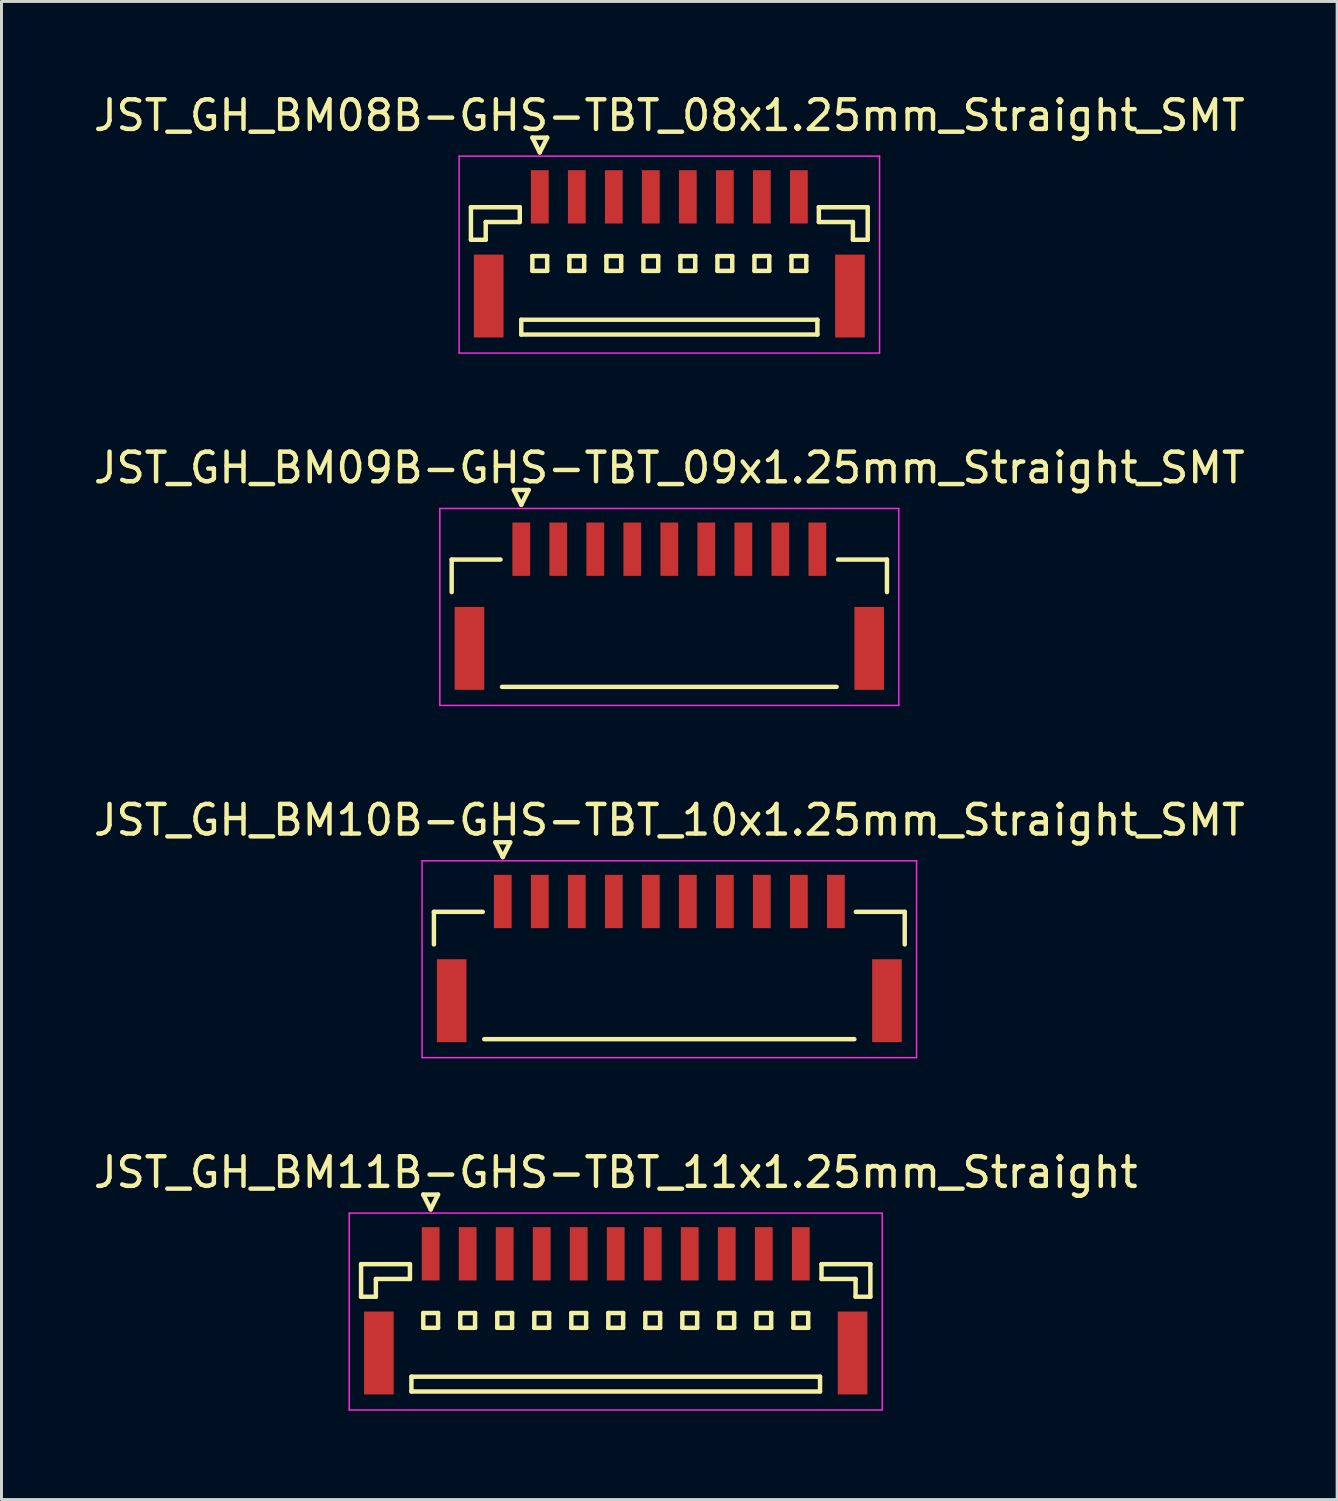
<source format=kicad_pcb>
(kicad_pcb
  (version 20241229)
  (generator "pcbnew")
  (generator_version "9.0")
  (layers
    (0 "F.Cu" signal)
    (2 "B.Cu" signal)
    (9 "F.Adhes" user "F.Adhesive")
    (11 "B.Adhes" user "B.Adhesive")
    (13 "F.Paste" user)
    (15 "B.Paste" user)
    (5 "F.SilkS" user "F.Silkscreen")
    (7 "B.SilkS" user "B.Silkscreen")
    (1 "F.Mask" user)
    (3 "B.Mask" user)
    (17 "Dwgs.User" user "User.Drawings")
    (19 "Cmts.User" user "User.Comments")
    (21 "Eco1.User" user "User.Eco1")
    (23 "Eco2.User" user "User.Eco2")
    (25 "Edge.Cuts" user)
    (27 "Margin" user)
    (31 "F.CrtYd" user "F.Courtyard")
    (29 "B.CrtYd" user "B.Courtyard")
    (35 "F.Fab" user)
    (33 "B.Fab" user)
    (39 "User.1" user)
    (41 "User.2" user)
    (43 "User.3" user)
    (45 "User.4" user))
  (footprint "JST_GH_BM08B-GHS-TBT_08x1.25mm_Straight_SMT"
    (layer "F.Cu")
    (at 19.554 5.273)
    (property "Reference" "JST_GH_BM08B-GHS-TBT_08x1.25mm_Straight_SMT" (at 0 -4.425 0) (layer "F.SilkS") (effects (font (size 1 1) (thickness 0.15))))
    (attr smd)
    (fp_line (start -6.7 -1.325) (end -5.05 -1.325) (stroke (width 0.15) (type solid)) (layer "F.SilkS"))
    (fp_line (start -6.7 -0.225) (end -6.7 -1.325) (stroke (width 0.15) (type solid)) (layer "F.SilkS"))
    (fp_line (start -6.2 -0.825) (end -6.2 -0.225) (stroke (width 0.15) (type solid)) (layer "F.SilkS"))
    (fp_line (start -6.2 -0.225) (end -6.7 -0.225) (stroke (width 0.15) (type solid)) (layer "F.SilkS"))
    (fp_line (start -5.05 -1.325) (end -5.05 -0.825) (stroke (width 0.15) (type solid)) (layer "F.SilkS"))
    (fp_line (start -5.05 -0.825) (end -6.2 -0.825) (stroke (width 0.15) (type solid)) (layer "F.SilkS"))
    (fp_line (start -5 2.475) (end -5 2.975) (stroke (width 0.15) (type solid)) (layer "F.SilkS"))
    (fp_line (start -5 2.975) (end 5 2.975) (stroke (width 0.15) (type solid)) (layer "F.SilkS"))
    (fp_line (start -4.625 -3.675) (end -4.125 -3.675) (stroke (width 0.15) (type solid)) (layer "F.SilkS"))
    (fp_line (start -4.625 0.325) (end -4.625 0.825) (stroke (width 0.15) (type solid)) (layer "F.SilkS"))
    (fp_line (start -4.625 0.825) (end -4.125 0.825) (stroke (width 0.15) (type solid)) (layer "F.SilkS"))
    (fp_line (start -4.375 -3.175) (end -4.625 -3.675) (stroke (width 0.15) (type solid)) (layer "F.SilkS"))
    (fp_line (start -4.125 -3.675) (end -4.375 -3.175) (stroke (width 0.15) (type solid)) (layer "F.SilkS"))
    (fp_line (start -4.125 0.325) (end -4.625 0.325) (stroke (width 0.15) (type solid)) (layer "F.SilkS"))
    (fp_line (start -4.125 0.825) (end -4.125 0.325) (stroke (width 0.15) (type solid)) (layer "F.SilkS"))
    (fp_line (start -3.375 0.325) (end -3.375 0.825) (stroke (width 0.15) (type solid)) (layer "F.SilkS"))
    (fp_line (start -3.375 0.825) (end -2.875 0.825) (stroke (width 0.15) (type solid)) (layer "F.SilkS"))
    (fp_line (start -2.875 0.325) (end -3.375 0.325) (stroke (width 0.15) (type solid)) (layer "F.SilkS"))
    (fp_line (start -2.875 0.825) (end -2.875 0.325) (stroke (width 0.15) (type solid)) (layer "F.SilkS"))
    (fp_line (start -2.125 0.325) (end -2.125 0.825) (stroke (width 0.15) (type solid)) (layer "F.SilkS"))
    (fp_line (start -2.125 0.825) (end -1.625 0.825) (stroke (width 0.15) (type solid)) (layer "F.SilkS"))
    (fp_line (start -1.625 0.325) (end -2.125 0.325) (stroke (width 0.15) (type solid)) (layer "F.SilkS"))
    (fp_line (start -1.625 0.825) (end -1.625 0.325) (stroke (width 0.15) (type solid)) (layer "F.SilkS"))
    (fp_line (start -0.875 0.325) (end -0.875 0.825) (stroke (width 0.15) (type solid)) (layer "F.SilkS"))
    (fp_line (start -0.875 0.825) (end -0.375 0.825) (stroke (width 0.15) (type solid)) (layer "F.SilkS"))
    (fp_line (start -0.375 0.325) (end -0.875 0.325) (stroke (width 0.15) (type solid)) (layer "F.SilkS"))
    (fp_line (start -0.375 0.825) (end -0.375 0.325) (stroke (width 0.15) (type solid)) (layer "F.SilkS"))
    (fp_line (start 0.375 0.325) (end 0.375 0.825) (stroke (width 0.15) (type solid)) (layer "F.SilkS"))
    (fp_line (start 0.375 0.825) (end 0.875 0.825) (stroke (width 0.15) (type solid)) (layer "F.SilkS"))
    (fp_line (start 0.875 0.325) (end 0.375 0.325) (stroke (width 0.15) (type solid)) (layer "F.SilkS"))
    (fp_line (start 0.875 0.825) (end 0.875 0.325) (stroke (width 0.15) (type solid)) (layer "F.SilkS"))
    (fp_line (start 1.625 0.325) (end 1.625 0.825) (stroke (width 0.15) (type solid)) (layer "F.SilkS"))
    (fp_line (start 1.625 0.825) (end 2.125 0.825) (stroke (width 0.15) (type solid)) (layer "F.SilkS"))
    (fp_line (start 2.125 0.325) (end 1.625 0.325) (stroke (width 0.15) (type solid)) (layer "F.SilkS"))
    (fp_line (start 2.125 0.825) (end 2.125 0.325) (stroke (width 0.15) (type solid)) (layer "F.SilkS"))
    (fp_line (start 2.875 0.325) (end 2.875 0.825) (stroke (width 0.15) (type solid)) (layer "F.SilkS"))
    (fp_line (start 2.875 0.825) (end 3.375 0.825) (stroke (width 0.15) (type solid)) (layer "F.SilkS"))
    (fp_line (start 3.375 0.325) (end 2.875 0.325) (stroke (width 0.15) (type solid)) (layer "F.SilkS"))
    (fp_line (start 3.375 0.825) (end 3.375 0.325) (stroke (width 0.15) (type solid)) (layer "F.SilkS"))
    (fp_line (start 4.125 0.325) (end 4.125 0.825) (stroke (width 0.15) (type solid)) (layer "F.SilkS"))
    (fp_line (start 4.125 0.825) (end 4.625 0.825) (stroke (width 0.15) (type solid)) (layer "F.SilkS"))
    (fp_line (start 4.625 0.325) (end 4.125 0.325) (stroke (width 0.15) (type solid)) (layer "F.SilkS"))
    (fp_line (start 4.625 0.825) (end 4.625 0.325) (stroke (width 0.15) (type solid)) (layer "F.SilkS"))
    (fp_line (start 5 2.475) (end -5 2.475) (stroke (width 0.15) (type solid)) (layer "F.SilkS"))
    (fp_line (start 5 2.975) (end 5 2.475) (stroke (width 0.15) (type solid)) (layer "F.SilkS"))
    (fp_line (start 5.05 -1.325) (end 5.05 -0.825) (stroke (width 0.15) (type solid)) (layer "F.SilkS"))
    (fp_line (start 5.05 -0.825) (end 6.2 -0.825) (stroke (width 0.15) (type solid)) (layer "F.SilkS"))
    (fp_line (start 6.2 -0.825) (end 6.2 -0.225) (stroke (width 0.15) (type solid)) (layer "F.SilkS"))
    (fp_line (start 6.2 -0.225) (end 6.7 -0.225) (stroke (width 0.15) (type solid)) (layer "F.SilkS"))
    (fp_line (start 6.7 -1.325) (end 5.05 -1.325) (stroke (width 0.15) (type solid)) (layer "F.SilkS"))
    (fp_line (start 6.7 -0.225) (end 6.7 -1.325) (stroke (width 0.15) (type solid)) (layer "F.SilkS"))
    (fp_line (start -7.1 -3.05) (end -7.1 3.6) (stroke (width 0.05) (type solid)) (layer "F.CrtYd"))
    (fp_line (start -7.1 3.6) (end 7.1 3.6) (stroke (width 0.05) (type solid)) (layer "F.CrtYd"))
    (fp_line (start 7.1 -3.05) (end -7.1 -3.05) (stroke (width 0.05) (type solid)) (layer "F.CrtYd"))
    (fp_line (start 7.1 3.6) (end 7.1 -3.05) (stroke (width 0.05) (type solid)) (layer "F.CrtYd"))
    (pad "" smd rect (at -6.1 1.675) (size 1 2.8) (layers "F.Cu" "F.Mask" "F.Paste"))
    (pad "" smd rect (at 6.1 1.675) (size 1 2.8) (layers "F.Cu" "F.Mask" "F.Paste"))
    (pad "1" smd rect (at -4.375 -1.675) (size 0.6 1.8) (layers "F.Cu" "F.Mask" "F.Paste"))
    (pad "2" smd rect (at -3.125 -1.675) (size 0.6 1.8) (layers "F.Cu" "F.Mask" "F.Paste"))
    (pad "3" smd rect (at -1.875 -1.675) (size 0.6 1.8) (layers "F.Cu" "F.Mask" "F.Paste"))
    (pad "4" smd rect (at -0.625 -1.675) (size 0.6 1.8) (layers "F.Cu" "F.Mask" "F.Paste"))
    (pad "5" smd rect (at 0.625 -1.675) (size 0.6 1.8) (layers "F.Cu" "F.Mask" "F.Paste"))
    (pad "6" smd rect (at 1.875 -1.675) (size 0.6 1.8) (layers "F.Cu" "F.Mask" "F.Paste"))
    (pad "7" smd rect (at 3.125 -1.675) (size 0.6 1.8) (layers "F.Cu" "F.Mask" "F.Paste"))
    (pad "8" smd rect (at 4.375 -1.675) (size 0.6 1.8) (layers "F.Cu" "F.Mask" "F.Paste")))
  (footprint "JST_GH_BM09B-GHS-TBT_09x1.25mm_Straight_SMT"
    (layer "F.Cu")
    (at 19.554 17.172)
    (property "Reference" "JST_GH_BM09B-GHS-TBT_09x1.25mm_Straight_SMT" (at 0 -4.425 0) (layer "F.SilkS") (effects (font (size 1 1) (thickness 0.15))))
    (attr smd)
    (fp_line (start -7.35 -1.325) (end -5.7 -1.325) (stroke (width 0.15) (type solid)) (layer "F.SilkS"))
    (fp_line (start -7.35 -0.225) (end -7.35 -1.325) (stroke (width 0.15) (type solid)) (layer "F.SilkS"))
    (fp_line (start -5.65 2.975) (end 5.65 2.975) (stroke (width 0.15) (type solid)) (layer "F.SilkS"))
    (fp_line (start -5.25 -3.675) (end -4.75 -3.675) (stroke (width 0.15) (type solid)) (layer "F.SilkS"))
    (fp_line (start -5 -3.175) (end -5.25 -3.675) (stroke (width 0.15) (type solid)) (layer "F.SilkS"))
    (fp_line (start -4.75 -3.675) (end -5 -3.175) (stroke (width 0.15) (type solid)) (layer "F.SilkS"))
    (fp_line (start 7.35 -1.325) (end 5.7 -1.325) (stroke (width 0.15) (type solid)) (layer "F.SilkS"))
    (fp_line (start 7.35 -0.225) (end 7.35 -1.325) (stroke (width 0.15) (type solid)) (layer "F.SilkS"))
    (fp_line (start -7.75 -3.05) (end -7.75 3.6) (stroke (width 0.05) (type solid)) (layer "F.CrtYd"))
    (fp_line (start -7.75 3.6) (end 7.75 3.6) (stroke (width 0.05) (type solid)) (layer "F.CrtYd"))
    (fp_line (start 7.75 -3.05) (end -7.75 -3.05) (stroke (width 0.05) (type solid)) (layer "F.CrtYd"))
    (fp_line (start 7.75 3.6) (end 7.75 -3.05) (stroke (width 0.05) (type solid)) (layer "F.CrtYd"))
    (pad "" smd rect (at -6.75 1.675) (size 1 2.8) (layers "F.Cu" "F.Mask" "F.Paste"))
    (pad "" smd rect (at 6.75 1.675) (size 1 2.8) (layers "F.Cu" "F.Mask" "F.Paste"))
    (pad "1" smd rect (at -5 -1.675) (size 0.6 1.8) (layers "F.Cu" "F.Mask" "F.Paste"))
    (pad "2" smd rect (at -3.75 -1.675) (size 0.6 1.8) (layers "F.Cu" "F.Mask" "F.Paste"))
    (pad "3" smd rect (at -2.5 -1.675) (size 0.6 1.8) (layers "F.Cu" "F.Mask" "F.Paste"))
    (pad "4" smd rect (at -1.25 -1.675) (size 0.6 1.8) (layers "F.Cu" "F.Mask" "F.Paste"))
    (pad "5" smd rect (at 0 -1.675) (size 0.6 1.8) (layers "F.Cu" "F.Mask" "F.Paste"))
    (pad "6" smd rect (at 1.25 -1.675) (size 0.6 1.8) (layers "F.Cu" "F.Mask" "F.Paste"))
    (pad "7" smd rect (at 2.5 -1.675) (size 0.6 1.8) (layers "F.Cu" "F.Mask" "F.Paste"))
    (pad "8" smd rect (at 3.75 -1.675) (size 0.6 1.8) (layers "F.Cu" "F.Mask" "F.Paste"))
    (pad "9" smd rect (at 5 -1.675) (size 0.6 1.8) (layers "F.Cu" "F.Mask" "F.Paste")))
  (footprint "JST_GH_BM10B-GHS-TBT_10x1.25mm_Straight_SMT"
    (layer "F.Cu")
    (at 19.554 29.07)
    (property "Reference" "JST_GH_BM10B-GHS-TBT_10x1.25mm_Straight_SMT" (at 0 -4.425 0) (layer "F.SilkS") (effects (font (size 1 1) (thickness 0.15))))
    (attr smd)
    (fp_line (start -7.95 -1.325) (end -6.3 -1.325) (stroke (width 0.15) (type solid)) (layer "F.SilkS"))
    (fp_line (start -7.95 -0.225) (end -7.95 -1.325) (stroke (width 0.15) (type solid)) (layer "F.SilkS"))
    (fp_line (start -6.25 2.975) (end 6.25 2.975) (stroke (width 0.15) (type solid)) (layer "F.SilkS"))
    (fp_line (start -5.875 -3.675) (end -5.375 -3.675) (stroke (width 0.15) (type solid)) (layer "F.SilkS"))
    (fp_line (start -5.625 -3.175) (end -5.875 -3.675) (stroke (width 0.15) (type solid)) (layer "F.SilkS"))
    (fp_line (start -5.375 -3.675) (end -5.625 -3.175) (stroke (width 0.15) (type solid)) (layer "F.SilkS"))
    (fp_line (start 7.95 -1.325) (end 6.3 -1.325) (stroke (width 0.15) (type solid)) (layer "F.SilkS"))
    (fp_line (start 7.95 -0.225) (end 7.95 -1.325) (stroke (width 0.15) (type solid)) (layer "F.SilkS"))
    (fp_line (start -8.35 -3.05) (end -8.35 3.6) (stroke (width 0.05) (type solid)) (layer "F.CrtYd"))
    (fp_line (start -8.35 3.6) (end 8.35 3.6) (stroke (width 0.05) (type solid)) (layer "F.CrtYd"))
    (fp_line (start 8.35 -3.05) (end -8.35 -3.05) (stroke (width 0.05) (type solid)) (layer "F.CrtYd"))
    (fp_line (start 8.35 3.6) (end 8.35 -3.05) (stroke (width 0.05) (type solid)) (layer "F.CrtYd"))
    (pad "" smd rect (at -7.35 1.675) (size 1 2.8) (layers "F.Cu" "F.Mask" "F.Paste"))
    (pad "" smd rect (at 7.35 1.675) (size 1 2.8) (layers "F.Cu" "F.Mask" "F.Paste"))
    (pad "1" smd rect (at -5.625 -1.675) (size 0.6 1.8) (layers "F.Cu" "F.Mask" "F.Paste"))
    (pad "2" smd rect (at -4.375 -1.675) (size 0.6 1.8) (layers "F.Cu" "F.Mask" "F.Paste"))
    (pad "3" smd rect (at -3.125 -1.675) (size 0.6 1.8) (layers "F.Cu" "F.Mask" "F.Paste"))
    (pad "4" smd rect (at -1.875 -1.675) (size 0.6 1.8) (layers "F.Cu" "F.Mask" "F.Paste"))
    (pad "5" smd rect (at -0.625 -1.675) (size 0.6 1.8) (layers "F.Cu" "F.Mask" "F.Paste"))
    (pad "6" smd rect (at 0.625 -1.675) (size 0.6 1.8) (layers "F.Cu" "F.Mask" "F.Paste"))
    (pad "7" smd rect (at 1.875 -1.675) (size 0.6 1.8) (layers "F.Cu" "F.Mask" "F.Paste"))
    (pad "8" smd rect (at 3.125 -1.675) (size 0.6 1.8) (layers "F.Cu" "F.Mask" "F.Paste"))
    (pad "9" smd rect (at 4.375 -1.675) (size 0.6 1.8) (layers "F.Cu" "F.Mask" "F.Paste"))
    (pad "10" smd rect (at 5.625 -1.675) (size 0.6 1.8) (layers "F.Cu" "F.Mask" "F.Paste")))
  (footprint "JST_GH_BM11B-GHS-TBT_11x1.25mm_Straight"
    (layer "F.Cu")
    (at 17.744 40.968)
    (property "Reference" "JST_GH_BM11B-GHS-TBT_11x1.25mm_Straight" (at 0 -4.425 0) (layer "F.SilkS") (effects (font (size 1 1) (thickness 0.15))))
    (attr smd)
    (fp_line (start -8.6 -1.325) (end -6.95 -1.325) (stroke (width 0.15) (type solid)) (layer "F.SilkS"))
    (fp_line (start -8.6 -0.225) (end -8.6 -1.325) (stroke (width 0.15) (type solid)) (layer "F.SilkS"))
    (fp_line (start -8.1 -0.825) (end -8.1 -0.225) (stroke (width 0.15) (type solid)) (layer "F.SilkS"))
    (fp_line (start -8.1 -0.225) (end -8.6 -0.225) (stroke (width 0.15) (type solid)) (layer "F.SilkS"))
    (fp_line (start -6.95 -1.325) (end -6.95 -0.825) (stroke (width 0.15) (type solid)) (layer "F.SilkS"))
    (fp_line (start -6.95 -0.825) (end -8.1 -0.825) (stroke (width 0.15) (type solid)) (layer "F.SilkS"))
    (fp_line (start -6.9 2.475) (end -6.9 2.975) (stroke (width 0.15) (type solid)) (layer "F.SilkS"))
    (fp_line (start -6.9 2.975) (end 6.9 2.975) (stroke (width 0.15) (type solid)) (layer "F.SilkS"))
    (fp_line (start -6.5 -3.675) (end -6 -3.675) (stroke (width 0.15) (type solid)) (layer "F.SilkS"))
    (fp_line (start -6.5 0.325) (end -6.5 0.825) (stroke (width 0.15) (type solid)) (layer "F.SilkS"))
    (fp_line (start -6.5 0.825) (end -6 0.825) (stroke (width 0.15) (type solid)) (layer "F.SilkS"))
    (fp_line (start -6.25 -3.175) (end -6.5 -3.675) (stroke (width 0.15) (type solid)) (layer "F.SilkS"))
    (fp_line (start -6 -3.675) (end -6.25 -3.175) (stroke (width 0.15) (type solid)) (layer "F.SilkS"))
    (fp_line (start -6 0.325) (end -6.5 0.325) (stroke (width 0.15) (type solid)) (layer "F.SilkS"))
    (fp_line (start -6 0.825) (end -6 0.325) (stroke (width 0.15) (type solid)) (layer "F.SilkS"))
    (fp_line (start -5.25 0.325) (end -5.25 0.825) (stroke (width 0.15) (type solid)) (layer "F.SilkS"))
    (fp_line (start -5.25 0.825) (end -4.75 0.825) (stroke (width 0.15) (type solid)) (layer "F.SilkS"))
    (fp_line (start -4.75 0.325) (end -5.25 0.325) (stroke (width 0.15) (type solid)) (layer "F.SilkS"))
    (fp_line (start -4.75 0.825) (end -4.75 0.325) (stroke (width 0.15) (type solid)) (layer "F.SilkS"))
    (fp_line (start -4 0.325) (end -4 0.825) (stroke (width 0.15) (type solid)) (layer "F.SilkS"))
    (fp_line (start -4 0.825) (end -3.5 0.825) (stroke (width 0.15) (type solid)) (layer "F.SilkS"))
    (fp_line (start -3.5 0.325) (end -4 0.325) (stroke (width 0.15) (type solid)) (layer "F.SilkS"))
    (fp_line (start -3.5 0.825) (end -3.5 0.325) (stroke (width 0.15) (type solid)) (layer "F.SilkS"))
    (fp_line (start -2.75 0.325) (end -2.75 0.825) (stroke (width 0.15) (type solid)) (layer "F.SilkS"))
    (fp_line (start -2.75 0.825) (end -2.25 0.825) (stroke (width 0.15) (type solid)) (layer "F.SilkS"))
    (fp_line (start -2.25 0.325) (end -2.75 0.325) (stroke (width 0.15) (type solid)) (layer "F.SilkS"))
    (fp_line (start -2.25 0.825) (end -2.25 0.325) (stroke (width 0.15) (type solid)) (layer "F.SilkS"))
    (fp_line (start -1.5 0.325) (end -1.5 0.825) (stroke (width 0.15) (type solid)) (layer "F.SilkS"))
    (fp_line (start -1.5 0.825) (end -1 0.825) (stroke (width 0.15) (type solid)) (layer "F.SilkS"))
    (fp_line (start -1 0.325) (end -1.5 0.325) (stroke (width 0.15) (type solid)) (layer "F.SilkS"))
    (fp_line (start -1 0.825) (end -1 0.325) (stroke (width 0.15) (type solid)) (layer "F.SilkS"))
    (fp_line (start -0.25 0.325) (end -0.25 0.825) (stroke (width 0.15) (type solid)) (layer "F.SilkS"))
    (fp_line (start -0.25 0.825) (end 0.25 0.825) (stroke (width 0.15) (type solid)) (layer "F.SilkS"))
    (fp_line (start 0.25 0.325) (end -0.25 0.325) (stroke (width 0.15) (type solid)) (layer "F.SilkS"))
    (fp_line (start 0.25 0.825) (end 0.25 0.325) (stroke (width 0.15) (type solid)) (layer "F.SilkS"))
    (fp_line (start 1 0.325) (end 1 0.825) (stroke (width 0.15) (type solid)) (layer "F.SilkS"))
    (fp_line (start 1 0.825) (end 1.5 0.825) (stroke (width 0.15) (type solid)) (layer "F.SilkS"))
    (fp_line (start 1.5 0.325) (end 1 0.325) (stroke (width 0.15) (type solid)) (layer "F.SilkS"))
    (fp_line (start 1.5 0.825) (end 1.5 0.325) (stroke (width 0.15) (type solid)) (layer "F.SilkS"))
    (fp_line (start 2.25 0.325) (end 2.25 0.825) (stroke (width 0.15) (type solid)) (layer "F.SilkS"))
    (fp_line (start 2.25 0.825) (end 2.75 0.825) (stroke (width 0.15) (type solid)) (layer "F.SilkS"))
    (fp_line (start 2.75 0.325) (end 2.25 0.325) (stroke (width 0.15) (type solid)) (layer "F.SilkS"))
    (fp_line (start 2.75 0.825) (end 2.75 0.325) (stroke (width 0.15) (type solid)) (layer "F.SilkS"))
    (fp_line (start 3.5 0.325) (end 3.5 0.825) (stroke (width 0.15) (type solid)) (layer "F.SilkS"))
    (fp_line (start 3.5 0.825) (end 4 0.825) (stroke (width 0.15) (type solid)) (layer "F.SilkS"))
    (fp_line (start 4 0.325) (end 3.5 0.325) (stroke (width 0.15) (type solid)) (layer "F.SilkS"))
    (fp_line (start 4 0.825) (end 4 0.325) (stroke (width 0.15) (type solid)) (layer "F.SilkS"))
    (fp_line (start 4.75 0.325) (end 4.75 0.825) (stroke (width 0.15) (type solid)) (layer "F.SilkS"))
    (fp_line (start 4.75 0.825) (end 5.25 0.825) (stroke (width 0.15) (type solid)) (layer "F.SilkS"))
    (fp_line (start 5.25 0.325) (end 4.75 0.325) (stroke (width 0.15) (type solid)) (layer "F.SilkS"))
    (fp_line (start 5.25 0.825) (end 5.25 0.325) (stroke (width 0.15) (type solid)) (layer "F.SilkS"))
    (fp_line (start 6 0.325) (end 6 0.825) (stroke (width 0.15) (type solid)) (layer "F.SilkS"))
    (fp_line (start 6 0.825) (end 6.5 0.825) (stroke (width 0.15) (type solid)) (layer "F.SilkS"))
    (fp_line (start 6.5 0.325) (end 6 0.325) (stroke (width 0.15) (type solid)) (layer "F.SilkS"))
    (fp_line (start 6.5 0.825) (end 6.5 0.325) (stroke (width 0.15) (type solid)) (layer "F.SilkS"))
    (fp_line (start 6.9 2.475) (end -6.9 2.475) (stroke (width 0.15) (type solid)) (layer "F.SilkS"))
    (fp_line (start 6.9 2.975) (end 6.9 2.475) (stroke (width 0.15) (type solid)) (layer "F.SilkS"))
    (fp_line (start 6.95 -1.325) (end 6.95 -0.825) (stroke (width 0.15) (type solid)) (layer "F.SilkS"))
    (fp_line (start 6.95 -0.825) (end 8.1 -0.825) (stroke (width 0.15) (type solid)) (layer "F.SilkS"))
    (fp_line (start 8.1 -0.825) (end 8.1 -0.225) (stroke (width 0.15) (type solid)) (layer "F.SilkS"))
    (fp_line (start 8.1 -0.225) (end 8.6 -0.225) (stroke (width 0.15) (type solid)) (layer "F.SilkS"))
    (fp_line (start 8.6 -1.325) (end 6.95 -1.325) (stroke (width 0.15) (type solid)) (layer "F.SilkS"))
    (fp_line (start 8.6 -0.225) (end 8.6 -1.325) (stroke (width 0.15) (type solid)) (layer "F.SilkS"))
    (fp_line (start -9 -3.05) (end -9 3.6) (stroke (width 0.05) (type solid)) (layer "F.CrtYd"))
    (fp_line (start -9 3.6) (end 9 3.6) (stroke (width 0.05) (type solid)) (layer "F.CrtYd"))
    (fp_line (start 9 -3.05) (end -9 -3.05) (stroke (width 0.05) (type solid)) (layer "F.CrtYd"))
    (fp_line (start 9 3.6) (end 9 -3.05) (stroke (width 0.05) (type solid)) (layer "F.CrtYd"))
    (pad "" smd rect (at -8 1.675) (size 1 2.8) (layers "F.Cu" "F.Mask" "F.Paste"))
    (pad "" smd rect (at 8 1.675) (size 1 2.8) (layers "F.Cu" "F.Mask" "F.Paste"))
    (pad "1" smd rect (at -6.25 -1.675) (size 0.6 1.8) (layers "F.Cu" "F.Mask" "F.Paste"))
    (pad "2" smd rect (at -5 -1.675) (size 0.6 1.8) (layers "F.Cu" "F.Mask" "F.Paste"))
    (pad "3" smd rect (at -3.75 -1.675) (size 0.6 1.8) (layers "F.Cu" "F.Mask" "F.Paste"))
    (pad "4" smd rect (at -2.5 -1.675) (size 0.6 1.8) (layers "F.Cu" "F.Mask" "F.Paste"))
    (pad "5" smd rect (at -1.25 -1.675) (size 0.6 1.8) (layers "F.Cu" "F.Mask" "F.Paste"))
    (pad "6" smd rect (at 0 -1.675) (size 0.6 1.8) (layers "F.Cu" "F.Mask" "F.Paste"))
    (pad "7" smd rect (at 1.25 -1.675) (size 0.6 1.8) (layers "F.Cu" "F.Mask" "F.Paste"))
    (pad "8" smd rect (at 2.5 -1.675) (size 0.6 1.8) (layers "F.Cu" "F.Mask" "F.Paste"))
    (pad "9" smd rect (at 3.75 -1.675) (size 0.6 1.8) (layers "F.Cu" "F.Mask" "F.Paste"))
    (pad "10" smd rect (at 5 -1.675) (size 0.6 1.8) (layers "F.Cu" "F.Mask" "F.Paste"))
    (pad "11" smd rect (at 6.25 -1.675) (size 0.6 1.8) (layers "F.Cu" "F.Mask" "F.Paste")))
  (gr_rect
    (start -3 -3)
    (end 42.107 47.593)
    (stroke (width 0.1) (type default))
    (fill no)
    (layer "Edge.Cuts")))
</source>
